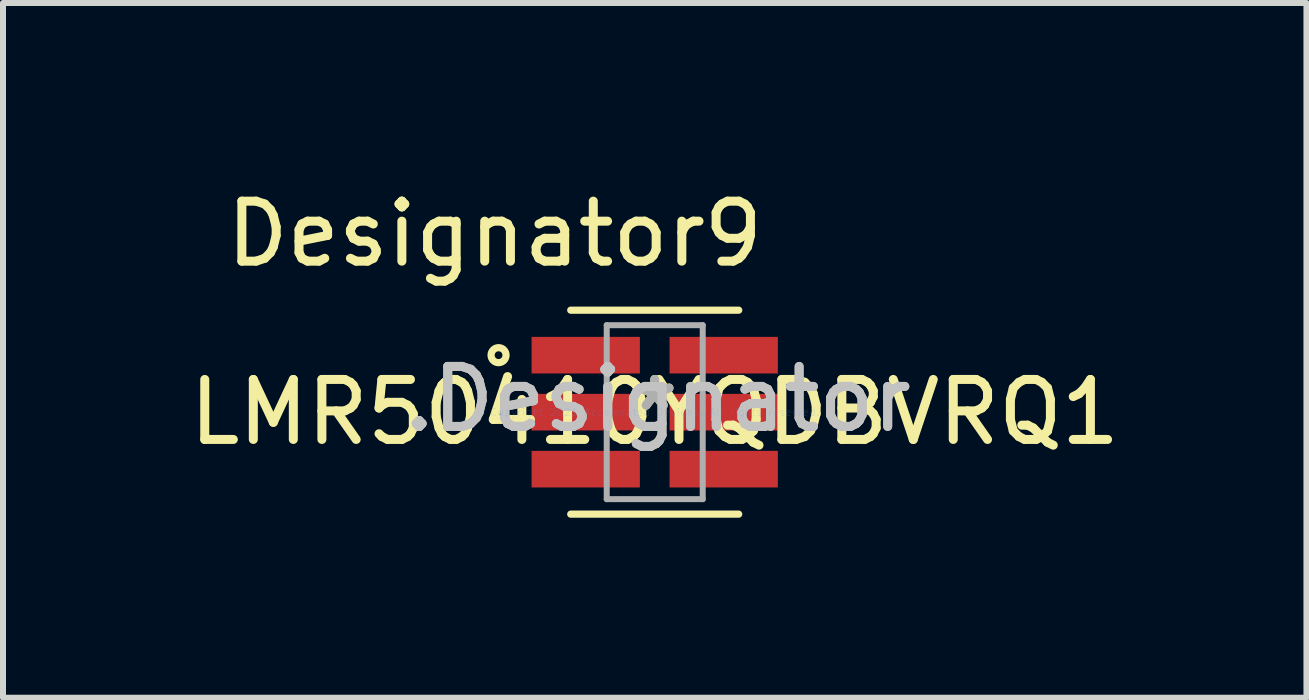
<source format=kicad_pcb>
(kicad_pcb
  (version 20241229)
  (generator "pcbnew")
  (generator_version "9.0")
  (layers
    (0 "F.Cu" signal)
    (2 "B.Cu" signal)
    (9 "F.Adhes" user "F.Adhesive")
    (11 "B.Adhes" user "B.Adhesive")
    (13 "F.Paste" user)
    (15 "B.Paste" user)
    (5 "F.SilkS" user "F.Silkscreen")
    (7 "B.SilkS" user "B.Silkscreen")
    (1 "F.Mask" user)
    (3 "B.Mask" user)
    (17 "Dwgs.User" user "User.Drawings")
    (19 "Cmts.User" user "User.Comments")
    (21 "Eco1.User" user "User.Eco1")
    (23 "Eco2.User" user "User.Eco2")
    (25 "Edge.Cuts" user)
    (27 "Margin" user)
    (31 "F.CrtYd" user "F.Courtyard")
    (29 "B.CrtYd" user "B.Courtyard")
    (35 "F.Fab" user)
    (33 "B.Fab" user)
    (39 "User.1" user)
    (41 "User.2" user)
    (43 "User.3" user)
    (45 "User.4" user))
  (footprint "LMR50410YQDBVRQ1"
    (layer "F.Cu")
    (at 7.863 3.82)
    (property "Reference" "LMR50410YQDBVRQ1" (at 0 0 0) (layer "F.SilkS") (effects (font (size 1 1) (thickness 0.15))))
    (attr through_hole)
    (fp_line (start -1.4 -1.7) (end 1.4 -1.7) (stroke (width 0.12) (type solid)) (layer "F.SilkS"))
    (fp_line (start -1.4 1.7) (end 1.4 1.7) (stroke (width 0.12) (type solid)) (layer "F.SilkS"))
    (fp_circle (center -2.603 -0.95) (end -2.478 -0.95) (stroke (width 0.12) (type solid)) (fill no) (layer "F.SilkS"))
    (fp_line (start -0.8 -1.45) (end 0.8 -1.45) (stroke (width 0.1) (type solid)) (layer "F.Fab"))
    (fp_line (start -0.8 1.45) (end -0.8 -1.45) (stroke (width 0.1) (type solid)) (layer "F.Fab"))
    (fp_line (start -0.8 1.45) (end 0.8 1.45) (stroke (width 0.1) (type solid)) (layer "F.Fab"))
    (fp_line (start 0.8 1.45) (end 0.8 -1.45) (stroke (width 0.1) (type solid)) (layer "F.Fab"))
    (fp_text user "Designator9" (at -2.667 -2.972 0) (layer "F.SilkS") (effects (font (size 1 1) (thickness 0.15))))
    (fp_text user "*" (at 0 0 0) (layer "F.SilkS") (effects (font (size 1 1) (thickness 0.15))))
    (fp_text user ".Designator" (at 0.05 -0.217 0) (layer "Dwgs.User") (effects (font (size 1 1) (thickness 0.15))))
    (fp_text user "Copyright 2021 Accelerated Designs. All rights reserved." (at 0 0 0) (layer "Cmts.User") (effects (font (size 0.127 0.127) (thickness 0.002))))
    (fp_text user ".Designator" (at 0.05 -0.217 0) (layer "F.Fab") (effects (font (size 1 1) (thickness 0.15))))
    (fp_text user "*" (at 0 0 0) (layer "F.Fab") (effects (font (size 1 1) (thickness 0.15))))
    (pad "1" smd rect (at -1.15 -0.95) (size 1.805 0.61) (layers "F.Cu" "F.Mask" "F.Paste"))
    (pad "2" smd rect (at -1.15 0) (size 1.805 0.61) (layers "F.Cu" "F.Mask" "F.Paste"))
    (pad "3" smd rect (at -1.15 0.95) (size 1.805 0.61) (layers "F.Cu" "F.Mask" "F.Paste"))
    (pad "4" smd rect (at 1.15 0.95) (size 1.805 0.61) (layers "F.Cu" "F.Mask" "F.Paste"))
    (pad "5" smd rect (at 1.15 0) (size 1.805 0.61) (layers "F.Cu" "F.Mask" "F.Paste"))
    (pad "6" smd rect (at 1.15 -0.95) (size 1.805 0.61) (layers "F.Cu" "F.Mask" "F.Paste")))
  (gr_rect
    (start -3 -3)
    (end 18.726 8.58)
    (stroke (width 0.1) (type default))
    (fill no)
    (layer "Edge.Cuts")))
</source>
